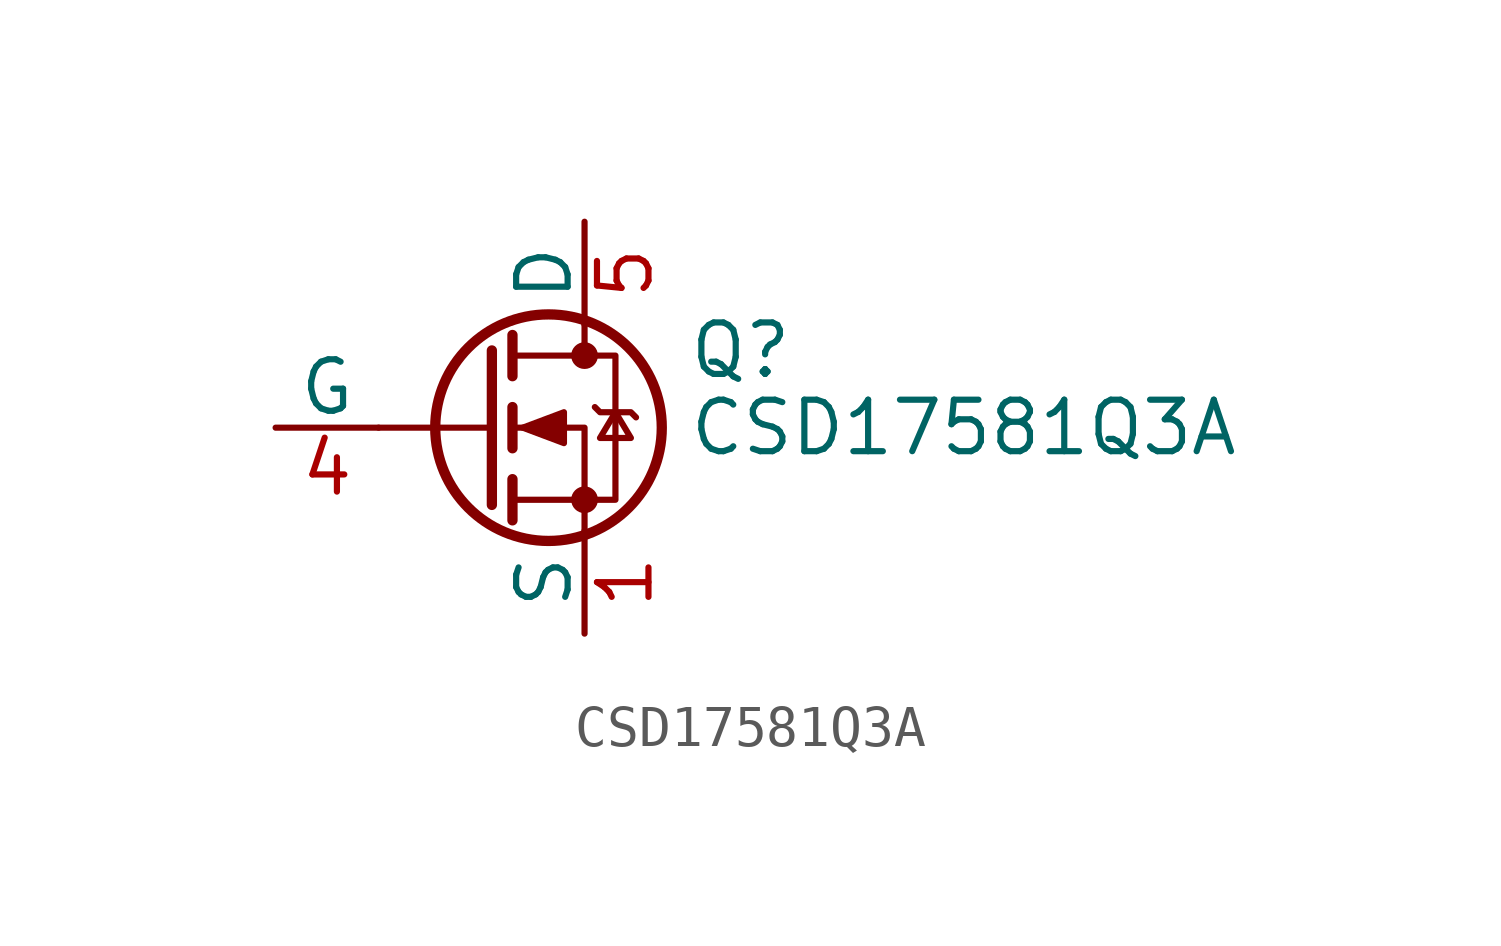
<source format=kicad_sym>
(kicad_symbol_lib
  (version 20220914)
  (generator kicad_symbol_editor)
  (symbol "CSD17581Q3A"
    (pin_names
      (offset 0))
    (property "Reference" "Q"
      (at 5.08 1.905 0)
      (effects (font (size 1.27 1.27)) (justify left)))
    (property "Value" "CSD17581Q3A"
      (at 5.08 0 0)
      (effects (font (size 1.27 1.27)) (justify left)))
    (symbol "CSD17581Q3A_0_1"
      (polyline (pts (xy 0.254 0) (xy -2.54 0)) (stroke (width 0) (type default)) (fill (type none)))
      (polyline (pts (xy 0.254 1.905) (xy 0.254 -1.905)) (stroke (width 0.254) (type default)) (fill (type none)))
      (polyline (pts (xy 0.762 -1.27) (xy 0.762 -2.286)) (stroke (width 0.254) (type default)) (fill (type none)))
      (polyline (pts (xy 0.762 0.508) (xy 0.762 -0.508)) (stroke (width 0.254) (type default)) (fill (type none)))
      (polyline (pts (xy 0.762 2.286) (xy 0.762 1.27)) (stroke (width 0.254) (type default)) (fill (type none)))
      (polyline (pts (xy 2.54 2.54) (xy 2.54 1.778)) (stroke (width 0) (type default)) (fill (type none)))
      (polyline (pts (xy 2.54 -2.54) (xy 2.54 0) (xy 0.762 0)) (stroke (width 0) (type default)) (fill (type none)))
      (polyline (pts (xy 0.762 -1.778) (xy 3.302 -1.778) (xy 3.302 1.778) (xy 0.762 1.778)) (stroke (width 0) (type default)) (fill (type none)))
      (polyline (pts (xy 1.016 0) (xy 2.032 0.381) (xy 2.032 -0.381) (xy 1.016 0)) (stroke (width 0) (type default)) (fill (type outline)))
      (polyline (pts (xy 2.794 0.508) (xy 2.921 0.381) (xy 3.683 0.381) (xy 3.81 0.254)) (stroke (width 0) (type default)) (fill (type none)))
      (polyline (pts (xy 3.302 0.381) (xy 2.921 -0.254) (xy 3.683 -0.254) (xy 3.302 0.381)) (stroke (width 0) (type default)) (fill (type none)))
      (circle (center 1.651 0) (radius 2.794) (stroke (width 0.254) (type default)) (fill (type none)))
      (circle (center 2.54 -1.778) (radius 0.254) (stroke (width 0) (type default)) (fill (type outline)))
      (circle (center 2.54 1.778) (radius 0.254) (stroke (width 0) (type default)) (fill (type outline))))
    (symbol "CSD17581Q3A_1_1"
      (pin passive line (at 2.54 -5.08 90) (length 2.54) (name "S" (effects (font (size 1.27 1.27)))) (number "1" (effects (font (size 1.27 1.27)))))
      (pin passive line (at -5.08 0 0) (length 2.54) (name "G" (effects (font (size 1.27 1.27)))) (number "4" (effects (font (size 1.27 1.27)))))
      (pin passive line (at 2.54 5.08 270) (length 2.54) (name "D" (effects (font (size 1.27 1.27)))) (number "5" (effects (font (size 1.27 1.27))))))))
</source>
